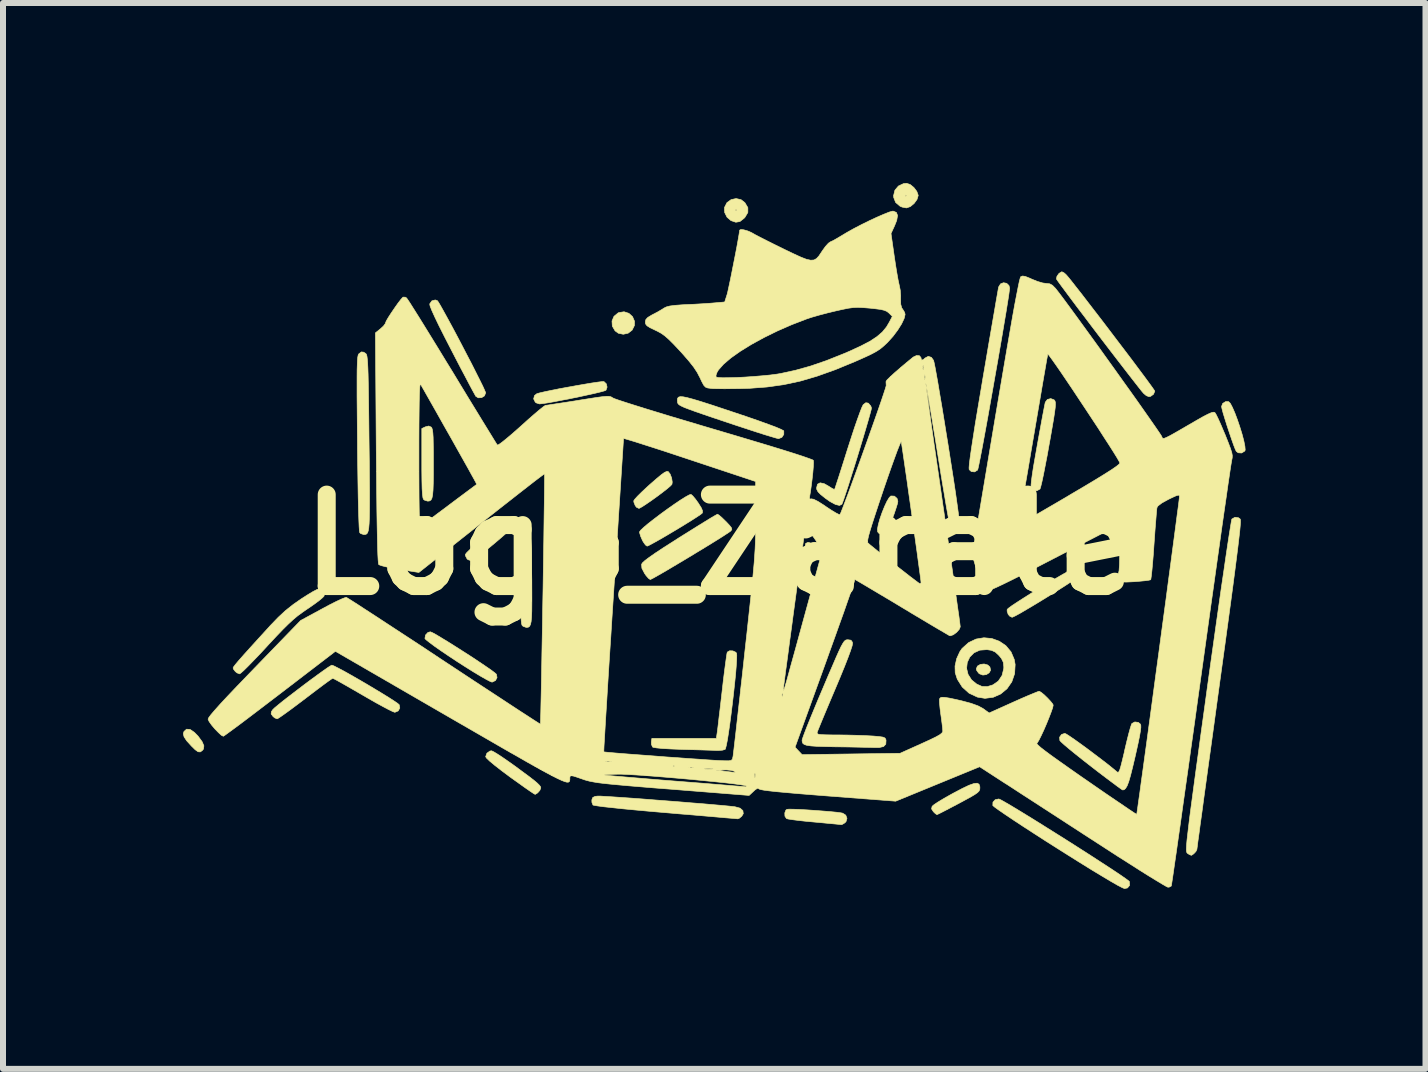
<source format=kicad_pcb>
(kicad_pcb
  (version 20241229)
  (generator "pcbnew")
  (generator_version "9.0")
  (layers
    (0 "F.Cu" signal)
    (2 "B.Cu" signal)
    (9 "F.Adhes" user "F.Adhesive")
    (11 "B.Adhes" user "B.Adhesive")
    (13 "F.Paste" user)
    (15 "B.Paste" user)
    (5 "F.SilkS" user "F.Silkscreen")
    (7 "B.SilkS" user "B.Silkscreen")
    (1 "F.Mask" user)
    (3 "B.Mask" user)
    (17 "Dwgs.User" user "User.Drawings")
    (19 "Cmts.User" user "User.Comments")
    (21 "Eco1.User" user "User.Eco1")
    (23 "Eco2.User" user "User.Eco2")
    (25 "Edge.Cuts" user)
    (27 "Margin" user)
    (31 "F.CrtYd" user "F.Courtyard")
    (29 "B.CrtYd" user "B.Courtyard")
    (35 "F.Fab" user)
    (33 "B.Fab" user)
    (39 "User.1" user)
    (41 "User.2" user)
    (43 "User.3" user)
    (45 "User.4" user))
  (footprint "Logo_Zarate"
    (layer "F.Cu")
    (at 8.963 6.028)
    (property "Reference" "Logo_Zarate" (at 0 0 0) (layer "F.SilkS") (effects (font (size 1.524 1.524) (thickness 0.3))))
    (attr through_hole)
    (fp_poly (pts (xy 4.449 2.005) (xy 4.485 2.038) (xy 4.497 2.091) (xy 4.473 2.135) (xy 4.426 2.165) (xy 4.368 2.173) (xy 4.311 2.152) (xy 4.297 2.14) (xy 4.265 2.096) (xy 4.258 2.07) (xy 4.278 2.023) (xy 4.327 1.995) (xy 4.389 1.988) (xy 4.449 2.005)) (stroke (width 0.01) (type solid)) (fill yes) (layer "F.SilkS"))
    (fp_poly (pts (xy -1.532 -3.856) (xy -1.471 -3.801) (xy -1.438 -3.724) (xy -1.439 -3.654) (xy -1.478 -3.576) (xy -1.544 -3.525) (xy -1.625 -3.507) (xy -1.707 -3.524) (xy -1.762 -3.564) (xy -1.808 -3.643) (xy -1.813 -3.728) (xy -1.78 -3.806) (xy -1.711 -3.863) (xy -1.699 -3.868) (xy -1.612 -3.882) (xy -1.532 -3.856)) (stroke (width 0.01) (type solid)) (fill yes) (layer "F.SilkS"))
    (fp_poly (pts (xy -8.845 3.079) (xy -8.773 3.128) (xy -8.712 3.191) (xy -8.645 3.282) (xy -8.615 3.352) (xy -8.622 3.406) (xy -8.641 3.43) (xy -8.675 3.454) (xy -8.712 3.451) (xy -8.76 3.417) (xy -8.822 3.356) (xy -8.901 3.269) (xy -8.945 3.203) (xy -8.958 3.152) (xy -8.947 3.114) (xy -8.904 3.075) (xy -8.845 3.079)) (stroke (width 0.01) (type solid)) (fill yes) (layer "F.SilkS"))
    (fp_poly (pts (xy 2.894 -0.809) (xy 2.938 -0.771) (xy 2.951 -0.723) (xy 2.943 -0.679) (xy 2.92 -0.605) (xy 2.889 -0.513) (xy 2.852 -0.414) (xy 2.815 -0.321) (xy 2.781 -0.245) (xy 2.756 -0.197) (xy 2.748 -0.188) (xy 2.687 -0.17) (xy 2.632 -0.192) (xy 2.614 -0.215) (xy 2.611 -0.259) (xy 2.625 -0.334) (xy 2.652 -0.43) (xy 2.688 -0.534) (xy 2.729 -0.636) (xy 2.77 -0.724) (xy 2.808 -0.786) (xy 2.835 -0.812) (xy 2.894 -0.809)) (stroke (width 0.01) (type solid)) (fill yes) (layer "F.SilkS"))
    (fp_poly (pts (xy 0.338 -5.75) (xy 0.402 -5.7) (xy 0.451 -5.617) (xy 0.451 -5.537) (xy 0.403 -5.456) (xy 0.389 -5.441) (xy 0.319 -5.386) (xy 0.251 -5.374) (xy 0.171 -5.401) (xy 0.169 -5.402) (xy 0.104 -5.458) (xy 0.065 -5.536) (xy 0.063 -5.576) (xy 0.242 -5.576) (xy 0.254 -5.564) (xy 0.266 -5.576) (xy 0.254 -5.588) (xy 0.242 -5.576) (xy 0.063 -5.576) (xy 0.061 -5.618) (xy 0.062 -5.621) (xy 0.103 -5.701) (xy 0.172 -5.751) (xy 0.255 -5.769) (xy 0.338 -5.75)) (stroke (width 0.01) (type solid)) (fill yes) (layer "F.SilkS"))
    (fp_poly (pts (xy 3.156 -6.003) (xy 3.218 -5.953) (xy 3.267 -5.888) (xy 3.29 -5.824) (xy 3.29 -5.818) (xy 3.27 -5.753) (xy 3.222 -5.687) (xy 3.159 -5.635) (xy 3.096 -5.613) (xy 3.092 -5.613) (xy 3.024 -5.626) (xy 2.988 -5.641) (xy 2.914 -5.704) (xy 2.882 -5.787) (xy 2.88 -5.818) (xy 3.072 -5.818) (xy 3.084 -5.806) (xy 3.096 -5.818) (xy 3.084 -5.83) (xy 3.072 -5.818) (xy 2.88 -5.818) (xy 2.902 -5.908) (xy 2.961 -5.978) (xy 3.046 -6.018) (xy 3.097 -6.023) (xy 3.156 -6.003)) (stroke (width 0.01) (type solid)) (fill yes) (layer "F.SilkS"))
    (fp_poly (pts (xy 8.464 -2.384) (xy 8.492 -2.355) (xy 8.527 -2.289) (xy 8.568 -2.195) (xy 8.61 -2.083) (xy 8.651 -1.962) (xy 8.688 -1.842) (xy 8.717 -1.732) (xy 8.735 -1.642) (xy 8.74 -1.581) (xy 8.735 -1.562) (xy 8.681 -1.528) (xy 8.623 -1.532) (xy 8.591 -1.556) (xy 8.575 -1.59) (xy 8.548 -1.659) (xy 8.514 -1.755) (xy 8.476 -1.867) (xy 8.437 -1.984) (xy 8.402 -2.096) (xy 8.372 -2.194) (xy 8.353 -2.267) (xy 8.346 -2.304) (xy 8.366 -2.355) (xy 8.415 -2.385) (xy 8.464 -2.384)) (stroke (width 0.01) (type solid)) (fill yes) (layer "F.SilkS"))
    (fp_poly (pts (xy -4.827 -1.96) (xy -4.815 -1.944) (xy -4.806 -1.913) (xy -4.799 -1.863) (xy -4.794 -1.788) (xy -4.792 -1.681) (xy -4.79 -1.537) (xy -4.79 -1.357) (xy -4.79 -1.165) (xy -4.792 -1.017) (xy -4.796 -0.906) (xy -4.803 -0.828) (xy -4.814 -0.776) (xy -4.83 -0.745) (xy -4.852 -0.73) (xy -4.879 -0.726) (xy -4.886 -0.726) (xy -4.937 -0.742) (xy -4.954 -0.755) (xy -4.964 -0.781) (xy -4.972 -0.84) (xy -4.978 -0.934) (xy -4.981 -1.068) (xy -4.983 -1.245) (xy -4.983 -1.36) (xy -4.983 -1.936) (xy -4.923 -1.964) (xy -4.868 -1.978) (xy -4.827 -1.96)) (stroke (width 0.01) (type solid)) (fill yes) (layer "F.SilkS"))
    (fp_poly (pts (xy -0.879 -1.22) (xy -0.875 -1.217) (xy -0.844 -1.177) (xy -0.819 -1.111) (xy -0.809 -1.044) (xy -0.814 -1.006) (xy -0.839 -0.979) (xy -0.894 -0.932) (xy -0.971 -0.872) (xy -1.059 -0.806) (xy -1.152 -0.739) (xy -1.238 -0.68) (xy -1.308 -0.634) (xy -1.355 -0.608) (xy -1.365 -0.605) (xy -1.405 -0.624) (xy -1.426 -0.652) (xy -1.447 -0.704) (xy -1.451 -0.73) (xy -1.434 -0.757) (xy -1.387 -0.809) (xy -1.316 -0.879) (xy -1.227 -0.962) (xy -1.183 -1.002) (xy -1.074 -1.097) (xy -0.995 -1.163) (xy -0.94 -1.203) (xy -0.903 -1.22) (xy -0.879 -1.22)) (stroke (width 0.01) (type solid)) (fill yes) (layer "F.SilkS"))
    (fp_poly (pts (xy -3.464 -0.446) (xy -3.423 -0.405) (xy -3.411 -0.361) (xy -3.429 -0.333) (xy -3.478 -0.282) (xy -3.552 -0.213) (xy -3.643 -0.132) (xy -3.744 -0.046) (xy -3.848 0.041) (xy -3.948 0.12) (xy -4.037 0.188) (xy -4.108 0.238) (xy -4.153 0.264) (xy -4.162 0.266) (xy -4.212 0.25) (xy -4.228 0.237) (xy -4.254 0.188) (xy -4.258 0.166) (xy -4.24 0.139) (xy -4.19 0.089) (xy -4.117 0.021) (xy -4.027 -0.059) (xy -3.927 -0.144) (xy -3.824 -0.23) (xy -3.725 -0.31) (xy -3.637 -0.377) (xy -3.568 -0.427) (xy -3.524 -0.453) (xy -3.518 -0.456) (xy -3.464 -0.446)) (stroke (width 0.01) (type solid)) (fill yes) (layer "F.SilkS"))
    (fp_poly (pts (xy 4.304 3.992) (xy 4.317 4.031) (xy 4.318 4.052) (xy 4.316 4.08) (xy 4.305 4.105) (xy 4.279 4.132) (xy 4.232 4.165) (xy 4.159 4.208) (xy 4.052 4.266) (xy 3.967 4.312) (xy 3.849 4.374) (xy 3.746 4.428) (xy 3.666 4.469) (xy 3.615 4.494) (xy 3.602 4.499) (xy 3.577 4.483) (xy 3.543 4.45) (xy 3.513 4.403) (xy 3.522 4.362) (xy 3.523 4.359) (xy 3.553 4.334) (xy 3.617 4.291) (xy 3.708 4.236) (xy 3.817 4.174) (xy 3.873 4.143) (xy 4.023 4.064) (xy 4.136 4.01) (xy 4.218 3.981) (xy 4.273 3.975) (xy 4.304 3.992)) (stroke (width 0.01) (type solid)) (fill yes) (layer "F.SilkS"))
    (fp_poly (pts (xy -3.79 3.449) (xy -3.726 3.487) (xy -3.639 3.544) (xy -3.534 3.617) (xy -3.445 3.68) (xy -3.3 3.787) (xy -3.189 3.869) (xy -3.108 3.932) (xy -3.054 3.978) (xy -3.021 4.011) (xy -3.004 4.035) (xy -3 4.054) (xy -3.016 4.095) (xy -3.053 4.137) (xy -3.09 4.16) (xy -3.095 4.161) (xy -3.12 4.147) (xy -3.177 4.109) (xy -3.261 4.051) (xy -3.366 3.976) (xy -3.485 3.891) (xy -3.517 3.868) (xy -3.656 3.764) (xy -3.769 3.676) (xy -3.853 3.606) (xy -3.904 3.557) (xy -3.919 3.534) (xy -3.898 3.475) (xy -3.847 3.439) (xy -3.821 3.435) (xy -3.79 3.449)) (stroke (width 0.01) (type solid)) (fill yes) (layer "F.SilkS"))
    (fp_poly (pts (xy 1.212 4.409) (xy 1.315 4.413) (xy 1.438 4.42) (xy 1.57 4.429) (xy 1.702 4.439) (xy 1.825 4.449) (xy 1.928 4.459) (xy 2.003 4.469) (xy 2.032 4.475) (xy 2.083 4.508) (xy 2.103 4.561) (xy 2.087 4.616) (xy 2.066 4.637) (xy 2.026 4.661) (xy 2.009 4.666) (xy 1.982 4.663) (xy 1.914 4.656) (xy 1.814 4.647) (xy 1.69 4.635) (xy 1.56 4.623) (xy 1.419 4.61) (xy 1.293 4.596) (xy 1.191 4.583) (xy 1.122 4.572) (xy 1.095 4.564) (xy 1.069 4.525) (xy 1.067 4.47) (xy 1.085 4.424) (xy 1.103 4.411) (xy 1.138 4.408) (xy 1.212 4.409)) (stroke (width 0.01) (type solid)) (fill yes) (layer "F.SilkS"))
    (fp_poly (pts (xy -1.908 -2.681) (xy -1.895 -2.626) (xy -1.913 -2.576) (xy -1.915 -2.574) (xy -1.945 -2.562) (xy -2.015 -2.543) (xy -2.115 -2.519) (xy -2.238 -2.492) (xy -2.375 -2.462) (xy -2.518 -2.433) (xy -2.658 -2.406) (xy -2.788 -2.381) (xy -2.897 -2.362) (xy -2.98 -2.35) (xy -3.022 -2.346) (xy -3.075 -2.363) (xy -3.092 -2.376) (xy -3.119 -2.43) (xy -3.105 -2.485) (xy -3.066 -2.516) (xy -3.021 -2.529) (xy -2.94 -2.548) (xy -2.83 -2.571) (xy -2.701 -2.597) (xy -2.56 -2.623) (xy -2.416 -2.649) (xy -2.278 -2.673) (xy -2.154 -2.694) (xy -2.052 -2.709) (xy -1.98 -2.718) (xy -1.947 -2.718) (xy -1.908 -2.681)) (stroke (width 0.01) (type solid)) (fill yes) (layer "F.SilkS"))
    (fp_poly (pts (xy -4.809 1.465) (xy -4.744 1.5) (xy -4.653 1.555) (xy -4.541 1.623) (xy -4.417 1.701) (xy -4.285 1.785) (xy -4.154 1.869) (xy -4.031 1.951) (xy -3.921 2.025) (xy -3.831 2.087) (xy -3.768 2.134) (xy -3.74 2.159) (xy -3.74 2.16) (xy -3.729 2.214) (xy -3.755 2.264) (xy -3.809 2.29) (xy -3.812 2.291) (xy -3.844 2.279) (xy -3.911 2.244) (xy -4.006 2.19) (xy -4.124 2.119) (xy -4.258 2.035) (xy -4.391 1.95) (xy -4.536 1.854) (xy -4.666 1.766) (xy -4.776 1.689) (xy -4.86 1.626) (xy -4.914 1.583) (xy -4.931 1.563) (xy -4.921 1.506) (xy -4.881 1.463) (xy -4.841 1.452) (xy -4.809 1.465)) (stroke (width 0.01) (type solid)) (fill yes) (layer "F.SilkS"))
    (fp_poly (pts (xy 5.993 0.397) (xy 6.019 0.449) (xy 6.017 0.489) (xy 5.993 0.512) (xy 5.934 0.554) (xy 5.847 0.613) (xy 5.737 0.685) (xy 5.613 0.764) (xy 5.479 0.848) (xy 5.344 0.931) (xy 5.212 1.011) (xy 5.092 1.082) (xy 4.99 1.142) (xy 4.911 1.185) (xy 4.864 1.207) (xy 4.854 1.21) (xy 4.814 1.19) (xy 4.789 1.159) (xy 4.772 1.107) (xy 4.774 1.078) (xy 4.798 1.056) (xy 4.857 1.013) (xy 4.945 0.955) (xy 5.054 0.885) (xy 5.179 0.806) (xy 5.313 0.724) (xy 5.45 0.642) (xy 5.581 0.563) (xy 5.702 0.493) (xy 5.806 0.435) (xy 5.885 0.392) (xy 5.933 0.37) (xy 5.944 0.368) (xy 5.993 0.397)) (stroke (width 0.01) (type solid)) (fill yes) (layer "F.SilkS"))
    (fp_poly (pts (xy -4.725 -4.068) (xy -4.706 -4.043) (xy -4.669 -3.98) (xy -4.617 -3.887) (xy -4.552 -3.769) (xy -4.477 -3.631) (xy -4.397 -3.481) (xy -4.314 -3.323) (xy -4.232 -3.165) (xy -4.152 -3.012) (xy -4.08 -2.869) (xy -4.017 -2.744) (xy -3.967 -2.643) (xy -3.934 -2.57) (xy -3.919 -2.533) (xy -3.919 -2.53) (xy -3.939 -2.48) (xy -3.986 -2.451) (xy -4.042 -2.448) (xy -4.083 -2.473) (xy -4.099 -2.502) (xy -4.135 -2.567) (xy -4.188 -2.666) (xy -4.254 -2.792) (xy -4.332 -2.939) (xy -4.418 -3.104) (xy -4.486 -3.236) (xy -4.604 -3.465) (xy -4.699 -3.654) (xy -4.77 -3.802) (xy -4.819 -3.911) (xy -4.846 -3.981) (xy -4.851 -4.013) (xy -4.815 -4.064) (xy -4.759 -4.079) (xy -4.725 -4.068)) (stroke (width 0.01) (type solid)) (fill yes) (layer "F.SilkS"))
    (fp_poly (pts (xy -0.466 -0.812) (xy -0.42 -0.757) (xy -0.373 -0.691) (xy -0.325 -0.614) (xy -0.304 -0.564) (xy -0.306 -0.532) (xy -0.312 -0.523) (xy -0.342 -0.5) (xy -0.405 -0.458) (xy -0.494 -0.401) (xy -0.601 -0.335) (xy -0.719 -0.263) (xy -0.84 -0.191) (xy -0.957 -0.122) (xy -1.062 -0.062) (xy -1.147 -0.015) (xy -1.206 0.016) (xy -1.228 0.024) (xy -1.256 0.004) (xy -1.291 -0.045) (xy -1.306 -0.072) (xy -1.336 -0.141) (xy -1.353 -0.199) (xy -1.355 -0.212) (xy -1.336 -0.24) (xy -1.284 -0.289) (xy -1.206 -0.355) (xy -1.108 -0.431) (xy -1 -0.513) (xy -0.886 -0.596) (xy -0.775 -0.674) (xy -0.673 -0.743) (xy -0.588 -0.796) (xy -0.526 -0.83) (xy -0.496 -0.838) (xy -0.466 -0.812)) (stroke (width 0.01) (type solid)) (fill yes) (layer "F.SilkS"))
    (fp_poly (pts (xy 5.553 -2.415) (xy 5.559 -2.41) (xy 5.57 -2.395) (xy 5.576 -2.373) (xy 5.577 -2.338) (xy 5.574 -2.285) (xy 5.564 -2.208) (xy 5.548 -2.102) (xy 5.524 -1.962) (xy 5.493 -1.782) (xy 5.472 -1.667) (xy 5.44 -1.487) (xy 5.408 -1.322) (xy 5.38 -1.178) (xy 5.355 -1.06) (xy 5.335 -0.977) (xy 5.322 -0.933) (xy 5.32 -0.928) (xy 5.267 -0.898) (xy 5.208 -0.906) (xy 5.178 -0.929) (xy 5.172 -0.95) (xy 5.171 -0.992) (xy 5.177 -1.06) (xy 5.19 -1.157) (xy 5.21 -1.29) (xy 5.24 -1.461) (xy 5.273 -1.649) (xy 5.305 -1.827) (xy 5.335 -1.99) (xy 5.361 -2.133) (xy 5.383 -2.248) (xy 5.399 -2.33) (xy 5.408 -2.373) (xy 5.409 -2.375) (xy 5.443 -2.42) (xy 5.499 -2.435) (xy 5.553 -2.415)) (stroke (width 0.01) (type solid)) (fill yes) (layer "F.SilkS"))
    (fp_poly (pts (xy -3.199 -0.179) (xy -3.187 -0.168) (xy -3.177 -0.148) (xy -3.17 -0.114) (xy -3.164 -0.061) (xy -3.16 0.016) (xy -3.156 0.123) (xy -3.154 0.264) (xy -3.152 0.445) (xy -3.15 0.58) (xy -3.149 0.798) (xy -3.149 0.972) (xy -3.15 1.108) (xy -3.154 1.209) (xy -3.161 1.282) (xy -3.172 1.33) (xy -3.186 1.359) (xy -3.205 1.374) (xy -3.23 1.379) (xy -3.242 1.379) (xy -3.293 1.361) (xy -3.311 1.346) (xy -3.32 1.318) (xy -3.327 1.255) (xy -3.331 1.154) (xy -3.333 1.014) (xy -3.334 0.831) (xy -3.333 0.602) (xy -3.333 0.58) (xy -3.331 0.372) (xy -3.328 0.206) (xy -3.326 0.078) (xy -3.322 -0.017) (xy -3.317 -0.084) (xy -3.311 -0.129) (xy -3.302 -0.157) (xy -3.292 -0.173) (xy -3.284 -0.179) (xy -3.232 -0.192) (xy -3.199 -0.179)) (stroke (width 0.01) (type solid)) (fill yes) (layer "F.SilkS"))
    (fp_poly (pts (xy -0.63 -2.465) (xy -0.56 -2.451) (xy -0.463 -2.425) (xy -0.336 -2.387) (xy -0.173 -2.335) (xy 0.029 -2.268) (xy 0.191 -2.214) (xy 0.427 -2.135) (xy 0.629 -2.065) (xy 0.795 -2.005) (xy 0.921 -1.958) (xy 1.005 -1.922) (xy 1.046 -1.9) (xy 1.05 -1.896) (xy 1.05 -1.838) (xy 1.018 -1.789) (xy 0.965 -1.768) (xy 0.961 -1.768) (xy 0.926 -1.776) (xy 0.851 -1.798) (xy 0.741 -1.831) (xy 0.603 -1.875) (xy 0.441 -1.928) (xy 0.261 -1.987) (xy 0.097 -2.042) (xy -0.118 -2.114) (xy -0.291 -2.173) (xy -0.427 -2.22) (xy -0.531 -2.258) (xy -0.607 -2.287) (xy -0.659 -2.311) (xy -0.692 -2.33) (xy -0.71 -2.347) (xy -0.719 -2.363) (xy -0.721 -2.375) (xy -0.724 -2.411) (xy -0.72 -2.439) (xy -0.706 -2.458) (xy -0.678 -2.467) (xy -0.63 -2.465)) (stroke (width 0.01) (type solid)) (fill yes) (layer "F.SilkS"))
    (fp_poly (pts (xy -0.029 -0.492) (xy 0.02 -0.45) (xy 0.081 -0.39) (xy 0.085 -0.387) (xy 0.146 -0.322) (xy 0.178 -0.281) (xy 0.184 -0.254) (xy 0.169 -0.231) (xy 0.167 -0.229) (xy 0.136 -0.206) (xy 0.07 -0.163) (xy -0.023 -0.103) (xy -0.139 -0.031) (xy -0.271 0.05) (xy -0.413 0.136) (xy -0.558 0.224) (xy -0.702 0.31) (xy -0.837 0.39) (xy -0.957 0.461) (xy -1.057 0.518) (xy -1.13 0.559) (xy -1.17 0.579) (xy -1.175 0.581) (xy -1.204 0.562) (xy -1.245 0.515) (xy -1.269 0.481) (xy -1.315 0.393) (xy -1.32 0.326) (xy -1.304 0.301) (xy -1.261 0.262) (xy -1.19 0.209) (xy -1.087 0.137) (xy -0.949 0.046) (xy -0.773 -0.066) (xy -0.691 -0.119) (xy -0.535 -0.216) (xy -0.393 -0.305) (xy -0.27 -0.381) (xy -0.169 -0.443) (xy -0.097 -0.485) (xy -0.059 -0.506) (xy -0.055 -0.508) (xy -0.029 -0.492)) (stroke (width 0.01) (type solid)) (fill yes) (layer "F.SilkS"))
    (fp_poly (pts (xy 4.634 4.238) (xy 4.666 4.252) (xy 4.734 4.29) (xy 4.832 4.347) (xy 4.956 4.422) (xy 5.102 4.511) (xy 5.264 4.611) (xy 5.438 4.72) (xy 5.62 4.834) (xy 5.804 4.95) (xy 5.986 5.066) (xy 6.161 5.178) (xy 6.324 5.284) (xy 6.472 5.38) (xy 6.598 5.463) (xy 6.699 5.532) (xy 6.77 5.582) (xy 6.806 5.61) (xy 6.81 5.615) (xy 6.813 5.679) (xy 6.778 5.721) (xy 6.728 5.731) (xy 6.693 5.717) (xy 6.619 5.679) (xy 6.509 5.616) (xy 6.365 5.53) (xy 6.189 5.424) (xy 5.984 5.297) (xy 5.751 5.151) (xy 5.607 5.06) (xy 5.402 4.93) (xy 5.21 4.806) (xy 5.034 4.692) (xy 4.879 4.59) (xy 4.748 4.502) (xy 4.644 4.431) (xy 4.573 4.38) (xy 4.537 4.351) (xy 4.534 4.347) (xy 4.536 4.291) (xy 4.574 4.25) (xy 4.633 4.238) (xy 4.634 4.238)) (stroke (width 0.01) (type solid)) (fill yes) (layer "F.SilkS"))
    (fp_poly (pts (xy -6.634 0.76) (xy -6.608 0.814) (xy -6.611 0.855) (xy -6.636 0.882) (xy -6.693 0.93) (xy -6.775 0.991) (xy -6.873 1.059) (xy -6.887 1.068) (xy -6.975 1.129) (xy -7.054 1.187) (xy -7.129 1.25) (xy -7.209 1.324) (xy -7.3 1.414) (xy -7.408 1.527) (xy -7.54 1.668) (xy -7.567 1.698) (xy -7.682 1.822) (xy -7.788 1.932) (xy -7.879 2.026) (xy -7.951 2.097) (xy -8 2.14) (xy -8.019 2.153) (xy -8.062 2.137) (xy -8.09 2.115) (xy -8.121 2.075) (xy -8.128 2.054) (xy -8.118 2.034) (xy -8.086 1.992) (xy -8.03 1.926) (xy -7.948 1.833) (xy -7.839 1.712) (xy -7.701 1.56) (xy -7.532 1.375) (xy -7.508 1.348) (xy -7.375 1.21) (xy -7.253 1.097) (xy -7.124 0.995) (xy -6.995 0.905) (xy -6.892 0.839) (xy -6.801 0.784) (xy -6.73 0.747) (xy -6.688 0.73) (xy -6.684 0.73) (xy -6.634 0.76)) (stroke (width 0.01) (type solid)) (fill yes) (layer "F.SilkS"))
    (fp_poly (pts (xy -2.012 4.19) (xy -1.931 4.195) (xy -1.813 4.202) (xy -1.666 4.212) (xy -1.494 4.224) (xy -1.305 4.238) (xy -1.103 4.254) (xy -0.895 4.27) (xy -0.688 4.286) (xy -0.486 4.303) (xy -0.297 4.318) (xy -0.125 4.333) (xy 0.022 4.346) (xy 0.139 4.357) (xy 0.219 4.366) (xy 0.236 4.368) (xy 0.321 4.391) (xy 0.368 4.432) (xy 0.375 4.483) (xy 0.349 4.526) (xy 0.308 4.56) (xy 0.28 4.569) (xy 0.252 4.566) (xy 0.18 4.56) (xy 0.069 4.551) (xy -0.076 4.538) (xy -0.25 4.523) (xy -0.448 4.506) (xy -0.667 4.488) (xy -0.9 4.468) (xy -0.924 4.466) (xy -1.191 4.443) (xy -1.432 4.421) (xy -1.642 4.401) (xy -1.819 4.382) (xy -1.959 4.367) (xy -2.06 4.353) (xy -2.117 4.343) (xy -2.13 4.339) (xy -2.148 4.295) (xy -2.149 4.254) (xy -2.134 4.214) (xy -2.095 4.195) (xy -2.051 4.19) (xy -2.012 4.19)) (stroke (width 0.01) (type solid)) (fill yes) (layer "F.SilkS"))
    (fp_poly (pts (xy 5.719 -4.532) (xy 5.751 -4.505) (xy 5.782 -4.47) (xy 5.837 -4.403) (xy 5.912 -4.307) (xy 6.005 -4.189) (xy 6.111 -4.051) (xy 6.228 -3.899) (xy 6.353 -3.737) (xy 6.48 -3.57) (xy 6.608 -3.401) (xy 6.733 -3.237) (xy 6.852 -3.08) (xy 6.96 -2.935) (xy 7.055 -2.808) (xy 7.133 -2.702) (xy 7.191 -2.622) (xy 7.225 -2.573) (xy 7.233 -2.558) (xy 7.212 -2.507) (xy 7.163 -2.472) (xy 7.136 -2.467) (xy 7.092 -2.484) (xy 7.047 -2.522) (xy 7.013 -2.562) (xy 6.956 -2.634) (xy 6.878 -2.734) (xy 6.783 -2.856) (xy 6.675 -2.996) (xy 6.557 -3.149) (xy 6.432 -3.312) (xy 6.305 -3.478) (xy 6.178 -3.645) (xy 6.056 -3.807) (xy 5.94 -3.959) (xy 5.836 -4.098) (xy 5.746 -4.219) (xy 5.674 -4.316) (xy 5.623 -4.386) (xy 5.597 -4.424) (xy 5.594 -4.429) (xy 5.603 -4.474) (xy 5.637 -4.521) (xy 5.679 -4.547) (xy 5.686 -4.548) (xy 5.719 -4.532)) (stroke (width 0.01) (type solid)) (fill yes) (layer "F.SilkS"))
    (fp_poly (pts (xy 4.765 -4.356) (xy 4.803 -4.319) (xy 4.814 -4.275) (xy 4.809 -4.233) (xy 4.798 -4.15) (xy 4.779 -4.031) (xy 4.755 -3.881) (xy 4.725 -3.704) (xy 4.692 -3.506) (xy 4.655 -3.291) (xy 4.616 -3.065) (xy 4.575 -2.833) (xy 4.534 -2.599) (xy 4.493 -2.368) (xy 4.454 -2.146) (xy 4.416 -1.937) (xy 4.381 -1.747) (xy 4.35 -1.58) (xy 4.323 -1.441) (xy 4.302 -1.336) (xy 4.287 -1.268) (xy 4.28 -1.244) (xy 4.23 -1.213) (xy 4.175 -1.219) (xy 4.14 -1.252) (xy 4.138 -1.281) (xy 4.143 -1.348) (xy 4.156 -1.453) (xy 4.177 -1.599) (xy 4.206 -1.787) (xy 4.242 -2.018) (xy 4.288 -2.293) (xy 4.342 -2.614) (xy 4.368 -2.77) (xy 4.413 -3.032) (xy 4.455 -3.281) (xy 4.495 -3.513) (xy 4.531 -3.722) (xy 4.563 -3.906) (xy 4.589 -4.06) (xy 4.61 -4.179) (xy 4.624 -4.259) (xy 4.631 -4.296) (xy 4.632 -4.297) (xy 4.663 -4.347) (xy 4.712 -4.366) (xy 4.765 -4.356)) (stroke (width 0.01) (type solid)) (fill yes) (layer "F.SilkS"))
    (fp_poly (pts (xy 0.201 1.77) (xy 0.249 1.792) (xy 0.262 1.808) (xy 0.266 1.845) (xy 0.264 1.922) (xy 0.257 2.032) (xy 0.246 2.168) (xy 0.23 2.322) (xy 0.212 2.489) (xy 0.192 2.66) (xy 0.171 2.83) (xy 0.15 2.99) (xy 0.129 3.134) (xy 0.11 3.256) (xy 0.092 3.347) (xy 0.078 3.401) (xy 0.072 3.412) (xy 0.027 3.425) (xy -0.044 3.43) (xy -0.073 3.43) (xy -0.131 3.427) (xy -0.229 3.424) (xy -0.354 3.42) (xy -0.499 3.416) (xy -0.646 3.412) (xy -0.828 3.405) (xy -0.971 3.397) (xy -1.071 3.387) (xy -1.128 3.377) (xy -1.138 3.371) (xy -1.156 3.328) (xy -1.157 3.287) (xy -1.149 3.229) (xy -0.074 3.229) (xy -0.06 3.133) (xy -0.053 3.082) (xy -0.042 2.991) (xy -0.028 2.868) (xy -0.01 2.72) (xy 0.009 2.556) (xy 0.024 2.425) (xy 0.043 2.258) (xy 0.062 2.106) (xy 0.079 1.977) (xy 0.093 1.877) (xy 0.103 1.812) (xy 0.109 1.79) (xy 0.147 1.768) (xy 0.201 1.77)) (stroke (width 0.01) (type solid)) (fill yes) (layer "F.SilkS"))
    (fp_poly (pts (xy 2.455 -2.36) (xy 2.462 -2.356) (xy 2.5 -2.311) (xy 2.511 -2.279) (xy 2.506 -2.248) (xy 2.487 -2.177) (xy 2.458 -2.074) (xy 2.42 -1.944) (xy 2.376 -1.795) (xy 2.327 -1.633) (xy 2.276 -1.465) (xy 2.224 -1.297) (xy 2.173 -1.137) (xy 2.127 -0.99) (xy 2.085 -0.863) (xy 2.052 -0.764) (xy 2.028 -0.698) (xy 2.018 -0.674) (xy 1.979 -0.654) (xy 1.912 -0.67) (xy 1.819 -0.72) (xy 1.748 -0.77) (xy 1.667 -0.834) (xy 1.62 -0.882) (xy 1.599 -0.923) (xy 1.597 -0.948) (xy 1.612 -1.008) (xy 1.656 -1.031) (xy 1.723 -1.017) (xy 1.792 -0.978) (xy 1.849 -0.942) (xy 1.888 -0.922) (xy 1.896 -0.922) (xy 1.906 -0.946) (xy 1.927 -1.011) (xy 1.96 -1.111) (xy 2.001 -1.239) (xy 2.049 -1.39) (xy 2.102 -1.559) (xy 2.118 -1.609) (xy 2.174 -1.783) (xy 2.227 -1.945) (xy 2.276 -2.086) (xy 2.318 -2.202) (xy 2.35 -2.285) (xy 2.372 -2.33) (xy 2.375 -2.334) (xy 2.417 -2.366) (xy 2.455 -2.36)) (stroke (width 0.01) (type solid)) (fill yes) (layer "F.SilkS"))
    (fp_poly (pts (xy 4.518 1.564) (xy 4.642 1.609) (xy 4.751 1.683) (xy 4.837 1.786) (xy 4.891 1.913) (xy 4.906 1.998) (xy 4.897 2.15) (xy 4.85 2.286) (xy 4.771 2.4) (xy 4.665 2.488) (xy 4.541 2.543) (xy 4.403 2.561) (xy 4.276 2.54) (xy 4.138 2.475) (xy 4.024 2.372) (xy 3.942 2.242) (xy 3.907 2.134) (xy 3.905 2.061) (xy 4.097 2.061) (xy 4.121 2.161) (xy 4.18 2.254) (xy 4.265 2.323) (xy 4.354 2.363) (xy 4.443 2.365) (xy 4.536 2.336) (xy 4.625 2.274) (xy 4.688 2.179) (xy 4.716 2.064) (xy 4.717 2.038) (xy 4.709 1.961) (xy 4.678 1.897) (xy 4.637 1.847) (xy 4.576 1.79) (xy 4.513 1.761) (xy 4.437 1.749) (xy 4.317 1.758) (xy 4.22 1.802) (xy 4.15 1.873) (xy 4.108 1.962) (xy 4.097 2.061) (xy 3.905 2.061) (xy 3.904 2.023) (xy 3.931 1.9) (xy 3.984 1.784) (xy 4.021 1.73) (xy 4.13 1.632) (xy 4.254 1.573) (xy 4.386 1.551) (xy 4.518 1.564)) (stroke (width 0.01) (type solid)) (fill yes) (layer "F.SilkS"))
    (fp_poly (pts (xy -5.951 -3.208) (xy -5.919 -3.187) (xy -5.91 -3.178) (xy -5.902 -3.161) (xy -5.896 -3.133) (xy -5.891 -3.091) (xy -5.886 -3.031) (xy -5.882 -2.948) (xy -5.878 -2.84) (xy -5.875 -2.703) (xy -5.872 -2.533) (xy -5.869 -2.327) (xy -5.866 -2.08) (xy -5.863 -1.79) (xy -5.862 -1.7) (xy -5.858 -1.391) (xy -5.856 -1.126) (xy -5.854 -0.902) (xy -5.854 -0.717) (xy -5.855 -0.565) (xy -5.857 -0.445) (xy -5.861 -0.352) (xy -5.867 -0.282) (xy -5.875 -0.233) (xy -5.886 -0.201) (xy -5.899 -0.182) (xy -5.915 -0.173) (xy -5.933 -0.17) (xy -5.951 -0.169) (xy -6.001 -0.185) (xy -6.017 -0.2) (xy -6.023 -0.23) (xy -6.028 -0.307) (xy -6.033 -0.427) (xy -6.038 -0.589) (xy -6.043 -0.79) (xy -6.047 -1.027) (xy -6.051 -1.3) (xy -6.055 -1.604) (xy -6.055 -1.687) (xy -6.058 -1.992) (xy -6.06 -2.252) (xy -6.062 -2.471) (xy -6.062 -2.653) (xy -6.062 -2.8) (xy -6.061 -2.917) (xy -6.058 -3.008) (xy -6.055 -3.075) (xy -6.051 -3.122) (xy -6.045 -3.153) (xy -6.039 -3.172) (xy -6.033 -3.18) (xy -5.99 -3.213) (xy -5.951 -3.208)) (stroke (width 0.01) (type solid)) (fill yes) (layer "F.SilkS"))
    (fp_poly (pts (xy 6.959 2.962) (xy 6.991 2.988) (xy 7 3.008) (xy 7.001 3.045) (xy 6.994 3.105) (xy 6.979 3.193) (xy 6.954 3.315) (xy 6.918 3.477) (xy 6.907 3.526) (xy 6.864 3.708) (xy 6.829 3.847) (xy 6.799 3.95) (xy 6.772 4.02) (xy 6.746 4.063) (xy 6.721 4.084) (xy 6.698 4.088) (xy 6.675 4.074) (xy 6.619 4.034) (xy 6.536 3.972) (xy 6.429 3.892) (xy 6.305 3.798) (xy 6.177 3.699) (xy 6.041 3.593) (xy 5.917 3.494) (xy 5.81 3.407) (xy 5.727 3.337) (xy 5.672 3.287) (xy 5.651 3.264) (xy 5.647 3.208) (xy 5.679 3.163) (xy 5.734 3.145) (xy 5.763 3.159) (xy 5.823 3.198) (xy 5.907 3.256) (xy 6.009 3.329) (xy 6.122 3.412) (xy 6.239 3.5) (xy 6.354 3.587) (xy 6.46 3.669) (xy 6.549 3.741) (xy 6.605 3.788) (xy 6.62 3.795) (xy 6.633 3.786) (xy 6.649 3.754) (xy 6.667 3.695) (xy 6.691 3.601) (xy 6.723 3.468) (xy 6.734 3.416) (xy 6.766 3.281) (xy 6.796 3.161) (xy 6.822 3.066) (xy 6.842 3.003) (xy 6.851 2.981) (xy 6.901 2.954) (xy 6.959 2.962)) (stroke (width 0.01) (type solid)) (fill yes) (layer "F.SilkS"))
    (fp_poly (pts (xy -6.449 2.02) (xy -6.382 2.054) (xy -6.287 2.104) (xy -6.173 2.168) (xy -6.045 2.241) (xy -5.911 2.319) (xy -5.777 2.399) (xy -5.651 2.475) (xy -5.539 2.544) (xy -5.449 2.602) (xy -5.387 2.644) (xy -5.36 2.667) (xy -5.35 2.722) (xy -5.376 2.77) (xy -5.427 2.792) (xy -5.436 2.793) (xy -5.47 2.78) (xy -5.538 2.747) (xy -5.636 2.695) (xy -5.755 2.63) (xy -5.889 2.553) (xy -5.967 2.508) (xy -6.105 2.428) (xy -6.23 2.356) (xy -6.334 2.297) (xy -6.412 2.254) (xy -6.458 2.23) (xy -6.467 2.226) (xy -6.49 2.24) (xy -6.546 2.279) (xy -6.629 2.34) (xy -6.733 2.418) (xy -6.853 2.509) (xy -6.925 2.564) (xy -7.052 2.66) (xy -7.167 2.746) (xy -7.265 2.817) (xy -7.339 2.869) (xy -7.384 2.898) (xy -7.395 2.902) (xy -7.433 2.887) (xy -7.461 2.865) (xy -7.494 2.821) (xy -7.489 2.782) (xy -7.469 2.752) (xy -7.438 2.721) (xy -7.375 2.669) (xy -7.289 2.599) (xy -7.184 2.518) (xy -7.068 2.429) (xy -6.947 2.337) (xy -6.828 2.248) (xy -6.716 2.166) (xy -6.62 2.097) (xy -6.544 2.044) (xy -6.495 2.014) (xy -6.482 2.008) (xy -6.449 2.02)) (stroke (width 0.01) (type solid)) (fill yes) (layer "F.SilkS"))
    (fp_poly (pts (xy 8.628 -0.449) (xy 8.658 -0.426) (xy 8.661 -0.41) (xy 8.661 -0.373) (xy 8.657 -0.312) (xy 8.649 -0.225) (xy 8.636 -0.111) (xy 8.619 0.033) (xy 8.597 0.209) (xy 8.57 0.419) (xy 8.538 0.665) (xy 8.5 0.949) (xy 8.456 1.274) (xy 8.406 1.641) (xy 8.349 2.052) (xy 8.31 2.335) (xy 8.261 2.693) (xy 8.214 3.037) (xy 8.169 3.365) (xy 8.126 3.674) (xy 8.087 3.959) (xy 8.051 4.22) (xy 8.02 4.452) (xy 7.992 4.652) (xy 7.97 4.818) (xy 7.952 4.946) (xy 7.941 5.033) (xy 7.935 5.077) (xy 7.934 5.082) (xy 7.918 5.114) (xy 7.882 5.152) (xy 7.847 5.176) (xy 7.841 5.177) (xy 7.809 5.164) (xy 7.778 5.144) (xy 7.771 5.137) (xy 7.766 5.127) (xy 7.762 5.11) (xy 7.76 5.085) (xy 7.761 5.047) (xy 7.764 4.995) (xy 7.77 4.926) (xy 7.78 4.838) (xy 7.793 4.727) (xy 7.809 4.592) (xy 7.83 4.429) (xy 7.856 4.236) (xy 7.886 4.011) (xy 7.921 3.751) (xy 7.962 3.453) (xy 8.008 3.114) (xy 8.061 2.732) (xy 8.112 2.358) (xy 8.162 1.998) (xy 8.211 1.651) (xy 8.257 1.321) (xy 8.301 1.01) (xy 8.342 0.721) (xy 8.381 0.458) (xy 8.415 0.222) (xy 8.445 0.019) (xy 8.471 -0.151) (xy 8.492 -0.282) (xy 8.507 -0.374) (xy 8.516 -0.421) (xy 8.519 -0.428) (xy 8.57 -0.457) (xy 8.628 -0.449)) (stroke (width 0.01) (type solid)) (fill yes) (layer "F.SilkS"))
    (fp_poly (pts (xy 2.17 1.592) (xy 2.193 1.624) (xy 2.196 1.646) (xy 2.189 1.686) (xy 2.163 1.766) (xy 2.12 1.883) (xy 2.062 2.031) (xy 1.99 2.207) (xy 1.914 2.388) (xy 1.841 2.56) (xy 1.774 2.719) (xy 1.715 2.86) (xy 1.667 2.976) (xy 1.632 3.062) (xy 1.612 3.111) (xy 1.609 3.119) (xy 1.605 3.138) (xy 1.61 3.151) (xy 1.633 3.161) (xy 1.678 3.166) (xy 1.755 3.169) (xy 1.868 3.171) (xy 1.964 3.171) (xy 2.114 3.173) (xy 2.267 3.177) (xy 2.407 3.182) (xy 2.518 3.188) (xy 2.54 3.189) (xy 2.64 3.198) (xy 2.702 3.207) (xy 2.735 3.221) (xy 2.749 3.241) (xy 2.754 3.261) (xy 2.75 3.325) (xy 2.713 3.364) (xy 2.639 3.381) (xy 2.567 3.381) (xy 2.501 3.379) (xy 2.396 3.377) (xy 2.263 3.374) (xy 2.111 3.371) (xy 1.95 3.369) (xy 1.925 3.369) (xy 1.744 3.365) (xy 1.606 3.361) (xy 1.504 3.354) (xy 1.434 3.344) (xy 1.39 3.329) (xy 1.366 3.309) (xy 1.357 3.281) (xy 1.355 3.257) (xy 1.365 3.223) (xy 1.391 3.151) (xy 1.432 3.044) (xy 1.486 2.91) (xy 1.551 2.752) (xy 1.624 2.576) (xy 1.701 2.395) (xy 1.79 2.184) (xy 1.864 2.013) (xy 1.922 1.878) (xy 1.968 1.775) (xy 2.004 1.699) (xy 2.033 1.647) (xy 2.055 1.614) (xy 2.074 1.595) (xy 2.091 1.587) (xy 2.109 1.585) (xy 2.117 1.584) (xy 2.17 1.592)) (stroke (width 0.01) (type solid)) (fill yes) (layer "F.SilkS"))
    (fp_poly (pts (xy 2.927 -5.537) (xy 2.946 -5.487) (xy 2.932 -5.404) (xy 2.896 -5.314) (xy 2.837 -5.186) (xy 2.894 -4.788) (xy 2.915 -4.649) (xy 2.936 -4.521) (xy 2.955 -4.414) (xy 2.971 -4.339) (xy 2.977 -4.312) (xy 2.991 -4.242) (xy 2.998 -4.15) (xy 2.997 -4.101) (xy 2.999 -4.007) (xy 3.016 -3.946) (xy 3.032 -3.924) (xy 3.063 -3.873) (xy 3.072 -3.838) (xy 3.056 -3.77) (xy 3.013 -3.679) (xy 2.948 -3.576) (xy 2.87 -3.472) (xy 2.785 -3.378) (xy 2.778 -3.37) (xy 2.717 -3.313) (xy 2.661 -3.266) (xy 2.599 -3.225) (xy 2.523 -3.183) (xy 2.423 -3.135) (xy 2.291 -3.076) (xy 2.234 -3.051) (xy 1.906 -2.916) (xy 1.606 -2.809) (xy 1.323 -2.726) (xy 1.048 -2.667) (xy 0.769 -2.628) (xy 0.478 -2.606) (xy 0.339 -2.602) (xy 0.196 -2.6) (xy 0.062 -2.599) (xy -0.052 -2.6) (xy -0.136 -2.602) (xy -0.165 -2.605) (xy -0.219 -2.612) (xy -0.256 -2.627) (xy -0.285 -2.659) (xy -0.317 -2.719) (xy -0.347 -2.783) (xy -0.369 -2.825) (xy -0.08 -2.825) (xy -0.078 -2.794) (xy -0.045 -2.786) (xy 0.027 -2.782) (xy 0.131 -2.783) (xy 0.258 -2.786) (xy 0.399 -2.793) (xy 0.546 -2.803) (xy 0.69 -2.815) (xy 0.824 -2.828) (xy 0.939 -2.843) (xy 0.998 -2.853) (xy 1.246 -2.907) (xy 1.496 -2.977) (xy 1.758 -3.067) (xy 2.044 -3.181) (xy 2.141 -3.222) (xy 2.332 -3.31) (xy 2.484 -3.389) (xy 2.601 -3.466) (xy 2.692 -3.544) (xy 2.762 -3.629) (xy 2.81 -3.711) (xy 2.859 -3.805) (xy 2.802 -3.861) (xy 2.77 -3.887) (xy 2.726 -3.906) (xy 2.663 -3.921) (xy 2.568 -3.933) (xy 2.485 -3.942) (xy 2.374 -3.951) (xy 2.287 -3.955) (xy 2.209 -3.952) (xy 2.126 -3.941) (xy 2.023 -3.92) (xy 1.916 -3.896) (xy 1.779 -3.863) (xy 1.639 -3.826) (xy 1.514 -3.79) (xy 1.427 -3.761) (xy 1.183 -3.667) (xy 0.945 -3.563) (xy 0.719 -3.452) (xy 0.511 -3.338) (xy 0.326 -3.224) (xy 0.169 -3.113) (xy 0.046 -3.008) (xy -0.039 -2.912) (xy -0.061 -2.876) (xy -0.08 -2.825) (xy -0.369 -2.825) (xy -0.393 -2.871) (xy -0.453 -2.962) (xy -0.535 -3.065) (xy -0.644 -3.19) (xy -0.677 -3.226) (xy -0.781 -3.337) (xy -0.863 -3.419) (xy -0.93 -3.478) (xy -0.991 -3.522) (xy -1.055 -3.557) (xy -1.095 -3.576) (xy -1.18 -3.617) (xy -1.23 -3.649) (xy -1.253 -3.679) (xy -1.258 -3.711) (xy -1.249 -3.752) (xy -1.217 -3.787) (xy -1.151 -3.827) (xy -1.132 -3.837) (xy -1.05 -3.88) (xy -0.977 -3.923) (xy -0.945 -3.944) (xy -0.906 -3.963) (xy -0.849 -3.978) (xy -0.764 -3.989) (xy -0.644 -3.998) (xy -0.568 -4.002) (xy -0.432 -4.008) (xy -0.296 -4.016) (xy -0.177 -4.024) (xy -0.094 -4.031) (xy 0.065 -4.045) (xy 0.105 -4.17) (xy 0.117 -4.217) (xy 0.135 -4.301) (xy 0.159 -4.413) (xy 0.185 -4.543) (xy 0.213 -4.684) (xy 0.241 -4.826) (xy 0.267 -4.96) (xy 0.288 -5.077) (xy 0.304 -5.17) (xy 0.313 -5.228) (xy 0.314 -5.242) (xy 0.334 -5.253) (xy 0.383 -5.248) (xy 0.446 -5.23) (xy 0.509 -5.203) (xy 0.527 -5.193) (xy 0.576 -5.165) (xy 0.661 -5.121) (xy 0.773 -5.064) (xy 0.903 -4.999) (xy 1.042 -4.931) (xy 1.051 -4.926) (xy 1.212 -4.849) (xy 1.336 -4.792) (xy 1.429 -4.756) (xy 1.499 -4.741) (xy 1.553 -4.745) (xy 1.596 -4.769) (xy 1.636 -4.813) (xy 1.678 -4.876) (xy 1.693 -4.899) (xy 1.745 -4.971) (xy 1.794 -5.025) (xy 1.826 -5.047) (xy 1.872 -5.068) (xy 1.941 -5.107) (xy 2.003 -5.144) (xy 2.103 -5.204) (xy 2.221 -5.27) (xy 2.35 -5.337) (xy 2.482 -5.402) (xy 2.607 -5.46) (xy 2.718 -5.508) (xy 2.806 -5.543) (xy 2.863 -5.559) (xy 2.875 -5.559) (xy 2.927 -5.537)) (stroke (width 0.01) (type solid)) (fill yes) (layer "F.SilkS"))
    (fp_poly (pts (xy 5.075 -4.471) (xy 5.148 -4.442) (xy 5.185 -4.425) (xy 5.276 -4.388) (xy 5.365 -4.362) (xy 5.423 -4.354) (xy 5.482 -4.348) (xy 5.528 -4.323) (xy 5.58 -4.27) (xy 5.595 -4.251) (xy 5.643 -4.189) (xy 5.713 -4.096) (xy 5.801 -3.977) (xy 5.905 -3.835) (xy 6.022 -3.674) (xy 6.149 -3.499) (xy 6.283 -3.314) (xy 6.42 -3.123) (xy 6.558 -2.931) (xy 6.694 -2.74) (xy 6.826 -2.556) (xy 6.949 -2.383) (xy 7.06 -2.225) (xy 7.158 -2.085) (xy 7.239 -1.969) (xy 7.3 -1.88) (xy 7.338 -1.823) (xy 7.35 -1.801) (xy 7.357 -1.782) (xy 7.369 -1.772) (xy 7.391 -1.773) (xy 7.429 -1.788) (xy 7.489 -1.818) (xy 7.576 -1.867) (xy 7.696 -1.936) (xy 7.785 -1.988) (xy 7.93 -2.072) (xy 8.039 -2.134) (xy 8.118 -2.175) (xy 8.173 -2.199) (xy 8.208 -2.208) (xy 8.229 -2.205) (xy 8.237 -2.199) (xy 8.258 -2.165) (xy 8.292 -2.095) (xy 8.335 -1.999) (xy 8.384 -1.883) (xy 8.406 -1.832) (xy 8.458 -1.701) (xy 8.494 -1.605) (xy 8.516 -1.537) (xy 8.525 -1.488) (xy 8.524 -1.448) (xy 8.516 -1.409) (xy 8.516 -1.409) (xy 8.51 -1.374) (xy 8.497 -1.295) (xy 8.479 -1.173) (xy 8.455 -1.012) (xy 8.427 -0.814) (xy 8.393 -0.581) (xy 8.355 -0.317) (xy 8.314 -0.024) (xy 8.269 0.294) (xy 8.221 0.636) (xy 8.17 0.998) (xy 8.117 1.378) (xy 8.062 1.773) (xy 8.006 2.176) (xy 7.949 2.581) (xy 7.895 2.974) (xy 7.842 3.35) (xy 7.792 3.709) (xy 7.744 4.046) (xy 7.7 4.359) (xy 7.66 4.646) (xy 7.623 4.904) (xy 7.591 5.13) (xy 7.563 5.322) (xy 7.541 5.476) (xy 7.524 5.59) (xy 7.513 5.662) (xy 7.508 5.689) (xy 7.508 5.689) (xy 7.477 5.706) (xy 7.453 5.709) (xy 7.425 5.696) (xy 7.361 5.659) (xy 7.263 5.6) (xy 7.137 5.523) (xy 6.985 5.428) (xy 6.813 5.318) (xy 6.622 5.197) (xy 6.418 5.065) (xy 6.287 4.98) (xy 6.061 4.834) (xy 5.833 4.686) (xy 5.61 4.541) (xy 5.397 4.403) (xy 5.2 4.275) (xy 5.025 4.162) (xy 4.878 4.066) (xy 4.764 3.992) (xy 4.739 3.977) (xy 4.314 3.701) (xy 2.915 4.275) (xy 1.78 4.188) (xy 1.501 4.166) (xy 1.267 4.147) (xy 1.076 4.13) (xy 0.923 4.116) (xy 0.806 4.103) (xy 0.722 4.092) (xy 0.668 4.082) (xy 0.64 4.073) (xy 0.634 4.068) (xy 0.615 4.058) (xy 0.573 4.085) (xy 0.548 4.108) (xy 0.472 4.179) (xy -0.822 4.076) (xy -1.108 4.054) (xy -1.35 4.034) (xy -1.553 4.017) (xy -1.72 4.002) (xy -1.857 3.989) (xy -1.967 3.977) (xy -2.055 3.966) (xy -2.125 3.954) (xy -2.182 3.943) (xy -2.23 3.931) (xy -2.274 3.918) (xy -2.296 3.91) (xy -2.397 3.875) (xy -2.461 3.855) (xy -2.497 3.851) (xy -2.512 3.86) (xy -2.516 3.884) (xy -2.516 3.892) (xy -2.516 3.916) (xy -2.519 3.936) (xy -2.526 3.95) (xy -2.541 3.958) (xy -2.566 3.958) (xy -2.603 3.948) (xy -2.654 3.928) (xy -2.723 3.896) (xy -2.812 3.851) (xy -2.842 3.835) (xy -1.936 3.835) (xy -1.936 3.84) (xy -1.935 3.84) (xy -1.899 3.844) (xy -1.82 3.852) (xy -1.703 3.862) (xy -1.553 3.875) (xy -1.374 3.89) (xy -1.172 3.907) (xy -0.952 3.925) (xy -0.726 3.943) (xy -0.495 3.961) (xy -0.279 3.978) (xy -0.083 3.994) (xy 0.088 4.008) (xy 0.23 4.02) (xy 0.339 4.028) (xy 0.408 4.034) (xy 0.434 4.037) (xy 0.434 4.037) (xy 0.431 4.027) (xy 0.422 4.019) (xy 0.391 4.011) (xy 0.317 3.999) (xy 0.208 3.984) (xy 0.068 3.968) (xy -0.096 3.951) (xy -0.278 3.933) (xy -0.471 3.914) (xy -0.671 3.896) (xy -0.871 3.879) (xy -1.065 3.863) (xy -1.246 3.849) (xy -1.29 3.846) (xy 0.56 3.846) (xy 0.564 3.881) (xy 0.572 3.877) (xy 0.576 3.827) (xy 0.572 3.816) (xy 0.564 3.813) (xy 0.56 3.846) (xy -1.29 3.846) (xy -1.409 3.838) (xy -1.548 3.83) (xy -1.657 3.825) (xy -1.718 3.825) (xy -1.82 3.827) (xy -1.895 3.831) (xy -1.936 3.835) (xy -2.842 3.835) (xy -2.923 3.792) (xy -2.986 3.757) (xy -0.085 3.757) (xy 0.048 3.774) (xy 0.149 3.786) (xy 0.209 3.793) (xy 0.237 3.794) (xy 0.24 3.789) (xy 0.225 3.778) (xy 0.218 3.774) (xy 0.174 3.761) (xy 0.102 3.754) (xy 0.048 3.754) (xy -0.085 3.757) (xy -2.986 3.757) (xy -3.022 3.738) (xy -0.277 3.738) (xy -0.25 3.742) (xy -0.206 3.743) (xy -0.148 3.741) (xy -0.127 3.737) (xy -0.139 3.732) (xy -0.205 3.728) (xy -0.26 3.732) (xy -0.277 3.738) (xy -3.022 3.738) (xy -3.058 3.717) (xy -3.06 3.716) (xy -0.536 3.716) (xy -0.503 3.72) (xy -0.496 3.721) (xy -0.455 3.718) (xy -0.451 3.71) (xy -0.453 3.709) (xy -0.501 3.705) (xy -0.526 3.709) (xy -0.536 3.716) (xy -3.06 3.716) (xy -3.109 3.689) (xy -0.798 3.689) (xy -0.786 3.701) (xy -0.774 3.689) (xy -0.786 3.677) (xy -0.798 3.689) (xy -3.109 3.689) (xy -3.221 3.626) (xy -3.235 3.618) (xy -1.93 3.618) (xy -1.901 3.622) (xy -1.875 3.622) (xy -1.825 3.621) (xy -1.812 3.615) (xy -1.82 3.612) (xy -1.878 3.607) (xy -1.917 3.611) (xy -1.93 3.618) (xy -3.235 3.618) (xy -3.413 3.516) (xy -3.524 3.453) (xy -1.95 3.453) (xy -1.95 3.453) (xy -1.925 3.456) (xy -1.857 3.463) (xy -1.754 3.472) (xy -1.621 3.483) (xy -1.464 3.495) (xy -1.29 3.508) (xy -1.104 3.522) (xy -0.914 3.537) (xy -0.724 3.55) (xy -0.54 3.564) (xy -0.371 3.575) (xy -0.22 3.586) (xy -0.095 3.594) (xy -0.002 3.599) (xy 0.053 3.601) (xy 0.131 3.602) (xy 0.174 3.595) (xy 0.194 3.574) (xy 0.203 3.533) (xy 0.205 3.526) (xy 0.209 3.489) (xy 0.219 3.408) (xy 0.233 3.287) (xy 0.251 3.131) (xy 0.272 2.943) (xy 0.296 2.728) (xy 0.322 2.502) (xy 1.018 2.502) (xy 1.022 2.533) (xy 1.031 2.533) (xy 1.036 2.501) (xy 1.033 2.487) (xy 1.022 2.478) (xy 1.018 2.502) (xy 0.322 2.502) (xy 0.323 2.489) (xy 0.331 2.414) (xy 1.042 2.414) (xy 1.043 2.426) (xy 1.044 2.433) (xy 1.047 2.432) (xy 1.052 2.421) (xy 1.061 2.394) (xy 1.074 2.35) (xy 1.094 2.283) (xy 1.12 2.19) (xy 1.153 2.068) (xy 1.196 1.913) (xy 1.249 1.722) (xy 1.312 1.491) (xy 1.373 1.268) (xy 1.659 0.226) (xy 1.537 0.155) (xy 1.453 0.096) (xy 1.411 0.043) (xy 1.407 0.029) (xy 1.415 -0.021) (xy 1.454 -0.039) (xy 1.518 -0.023) (xy 1.56 -0.000379) (xy 1.612 0.029) (xy 1.642 0.04) (xy 1.645 0.038) (xy 1.633 0.008) (xy 1.601 -0.045) (xy 1.596 -0.053) (xy 2.447 -0.053) (xy 2.45 -0.033) (xy 2.453 -0.029) (xy 2.484 -0.001) (xy 2.546 0.049) (xy 2.629 0.117) (xy 2.729 0.197) (xy 2.839 0.283) (xy 2.951 0.371) (xy 3.059 0.455) (xy 3.156 0.531) (xy 3.237 0.592) (xy 3.293 0.634) (xy 3.319 0.651) (xy 3.32 0.651) (xy 3.338 0.636) (xy 3.338 0.635) (xy 3.335 0.604) (xy 3.326 0.532) (xy 3.311 0.422) (xy 3.292 0.283) (xy 3.27 0.118) (xy 3.244 -0.066) (xy 3.217 -0.263) (xy 3.188 -0.467) (xy 3.159 -0.674) (xy 3.13 -0.877) (xy 3.103 -1.071) (xy 3.077 -1.25) (xy 3.054 -1.408) (xy 3.035 -1.539) (xy 3.02 -1.638) (xy 3.011 -1.7) (xy 3.007 -1.718) (xy 2.997 -1.704) (xy 2.974 -1.649) (xy 2.938 -1.558) (xy 2.893 -1.435) (xy 2.839 -1.285) (xy 2.779 -1.114) (xy 2.714 -0.925) (xy 2.708 -0.907) (xy 2.632 -0.681) (xy 2.571 -0.496) (xy 2.523 -0.348) (xy 2.488 -0.234) (xy 2.464 -0.15) (xy 2.451 -0.091) (xy 2.447 -0.053) (xy 1.596 -0.053) (xy 1.557 -0.11) (xy 1.509 -0.177) (xy 1.464 -0.236) (xy 1.428 -0.277) (xy 1.41 -0.29) (xy 1.409 -0.288) (xy 1.401 -0.234) (xy 1.388 -0.141) (xy 1.37 -0.013) (xy 1.348 0.144) (xy 1.323 0.324) (xy 1.295 0.523) (xy 1.266 0.734) (xy 1.236 0.954) (xy 1.206 1.176) (xy 1.177 1.395) (xy 1.148 1.606) (xy 1.122 1.804) (xy 1.098 1.983) (xy 1.077 2.137) (xy 1.061 2.263) (xy 1.049 2.354) (xy 1.043 2.405) (xy 1.042 2.414) (xy 0.331 2.414) (xy 0.352 2.232) (xy 0.382 1.959) (xy 0.399 1.802) (xy 0.435 1.479) (xy 0.465 1.2) (xy 0.491 0.959) (xy 0.513 0.753) (xy 0.531 0.576) (xy 0.545 0.424) (xy 0.557 0.292) (xy 0.565 0.175) (xy 0.572 0.07) (xy 0.576 -0.03) (xy 0.579 -0.127) (xy 0.58 -0.228) (xy 0.581 -0.337) (xy 0.581 -0.448) (xy 0.581 -1.053) (xy -0.52 -1.419) (xy -0.74 -1.492) (xy -0.945 -1.56) (xy -1.131 -1.62) (xy -1.294 -1.672) (xy -1.428 -1.715) (xy -1.531 -1.746) (xy -1.596 -1.765) (xy -1.621 -1.77) (xy -1.621 -1.77) (xy -1.622 -1.744) (xy -1.627 -1.673) (xy -1.634 -1.56) (xy -1.644 -1.408) (xy -1.656 -1.221) (xy -1.67 -1.001) (xy -1.686 -0.751) (xy -1.704 -0.475) (xy -1.723 -0.176) (xy -1.744 0.143) (xy -1.765 0.479) (xy -1.788 0.828) (xy -1.789 0.846) (xy -1.812 1.196) (xy -1.833 1.532) (xy -1.854 1.851) (xy -1.873 2.151) (xy -1.89 2.427) (xy -1.905 2.677) (xy -1.919 2.898) (xy -1.93 3.087) (xy -1.939 3.239) (xy -1.946 3.353) (xy -1.949 3.425) (xy -1.95 3.453) (xy -3.524 3.453) (xy -3.638 3.388) (xy -3.897 3.238) (xy -4.193 3.067) (xy -4.505 2.887) (xy -6.423 1.777) (xy -7.347 2.485) (xy -7.532 2.626) (xy -7.705 2.758) (xy -7.863 2.878) (xy -8.002 2.983) (xy -8.118 3.069) (xy -8.208 3.135) (xy -8.266 3.177) (xy -8.291 3.193) (xy -8.291 3.193) (xy -8.324 3.176) (xy -8.374 3.13) (xy -8.432 3.07) (xy -8.487 3.005) (xy -8.528 2.947) (xy -8.545 2.909) (xy -8.545 2.909) (xy -8.534 2.883) (xy -8.498 2.834) (xy -8.434 2.759) (xy -8.342 2.656) (xy -8.221 2.526) (xy -8.068 2.365) (xy -7.883 2.173) (xy -7.776 2.062) (xy -7.003 1.264) (xy -6.64 1.067) (xy -6.519 1.002) (xy -6.41 0.947) (xy -6.322 0.906) (xy -6.263 0.883) (xy -6.241 0.878) (xy -6.216 0.893) (xy -6.153 0.932) (xy -6.056 0.994) (xy -5.929 1.077) (xy -5.773 1.178) (xy -5.593 1.296) (xy -5.391 1.428) (xy -5.171 1.572) (xy -4.935 1.727) (xy -4.688 1.891) (xy -4.609 1.943) (xy -4.359 2.108) (xy -4.121 2.265) (xy -3.898 2.411) (xy -3.692 2.546) (xy -3.508 2.667) (xy -3.348 2.772) (xy -3.215 2.858) (xy -3.112 2.925) (xy -3.043 2.969) (xy -3.009 2.99) (xy -3.007 2.991) (xy -3.005 2.966) (xy -3.003 2.897) (xy -3 2.788) (xy -2.997 2.644) (xy -2.993 2.469) (xy -2.989 2.266) (xy -2.985 2.041) (xy -2.981 1.797) (xy -2.976 1.539) (xy -2.971 1.271) (xy -2.967 0.997) (xy -2.962 0.722) (xy -2.958 0.45) (xy -2.954 0.184) (xy -2.95 -0.069) (xy -2.947 -0.308) (xy -2.944 -0.526) (xy -2.941 -0.72) (xy -2.939 -0.885) (xy -2.938 -1.018) (xy -2.937 -1.114) (xy -2.937 -1.169) (xy -2.938 -1.18) (xy -2.958 -1.167) (xy -3.012 -1.127) (xy -3.098 -1.062) (xy -3.211 -0.974) (xy -3.347 -0.868) (xy -3.505 -0.744) (xy -3.68 -0.607) (xy -3.868 -0.459) (xy -3.989 -0.363) (xy -5.032 0.463) (xy -5.352 0.412) (xy -5.473 0.391) (xy -5.577 0.37) (xy -5.655 0.35) (xy -5.697 0.334) (xy -5.7 0.332) (xy -5.706 0.309) (xy -5.711 0.254) (xy -5.716 0.163) (xy -5.72 0.036) (xy -5.724 -0.13) (xy -5.728 -0.336) (xy -5.732 -0.583) (xy -5.735 -0.874) (xy -5.738 -1.21) (xy -5.741 -1.503) (xy -5.031 -1.503) (xy -5.031 -1.22) (xy -5.03 -0.982) (xy -5.029 -0.786) (xy -5.027 -0.629) (xy -5.025 -0.507) (xy -5.021 -0.417) (xy -5.017 -0.356) (xy -5.012 -0.321) (xy -5.005 -0.307) (xy -5.001 -0.308) (xy -4.974 -0.329) (xy -4.914 -0.374) (xy -4.826 -0.439) (xy -4.718 -0.52) (xy -4.594 -0.612) (xy -4.524 -0.665) (xy -4.396 -0.761) (xy -4.282 -0.846) (xy -4.187 -0.917) (xy -4.117 -0.969) (xy -4.076 -0.999) (xy -4.069 -1.005) (xy -4.072 -1.015) (xy -4.087 -1.045) (xy -4.115 -1.097) (xy -4.157 -1.172) (xy -4.213 -1.274) (xy -4.286 -1.404) (xy -4.376 -1.564) (xy -4.484 -1.757) (xy -4.613 -1.984) (xy -4.762 -2.249) (xy -4.934 -2.552) (xy -5.003 -2.673) (xy -5.009 -2.673) (xy -5.015 -2.645) (xy -5.019 -2.587) (xy -5.023 -2.497) (xy -5.026 -2.371) (xy -5.028 -2.208) (xy -5.03 -2.003) (xy -5.031 -1.756) (xy -5.031 -1.503) (xy -5.741 -1.503) (xy -5.742 -1.592) (xy -5.742 -1.614) (xy -5.756 -3.53) (xy -5.672 -3.598) (xy -5.621 -3.645) (xy -5.591 -3.686) (xy -5.588 -3.697) (xy -5.575 -3.729) (xy -5.54 -3.789) (xy -5.49 -3.866) (xy -5.434 -3.948) (xy -5.379 -4.026) (xy -5.331 -4.088) (xy -5.299 -4.123) (xy -5.295 -4.126) (xy -5.259 -4.125) (xy -5.237 -4.112) (xy -5.219 -4.087) (xy -5.177 -4.024) (xy -5.116 -3.927) (xy -5.036 -3.8) (xy -4.941 -3.647) (xy -4.832 -3.47) (xy -4.712 -3.275) (xy -4.584 -3.065) (xy -4.472 -2.883) (xy -4.339 -2.663) (xy -4.213 -2.456) (xy -4.096 -2.265) (xy -3.991 -2.093) (xy -3.9 -1.945) (xy -3.825 -1.823) (xy -3.77 -1.733) (xy -3.735 -1.677) (xy -3.723 -1.66) (xy -3.7 -1.669) (xy -3.648 -1.706) (xy -3.571 -1.768) (xy -3.475 -1.849) (xy -3.365 -1.946) (xy -3.327 -1.98) (xy -3.214 -2.082) (xy -3.111 -2.172) (xy -3.025 -2.245) (xy -2.961 -2.296) (xy -2.925 -2.321) (xy -2.921 -2.322) (xy -2.889 -2.326) (xy -2.817 -2.337) (xy -2.712 -2.353) (xy -2.581 -2.373) (xy -2.432 -2.396) (xy -2.373 -2.406) (xy -2.202 -2.433) (xy -2.073 -2.453) (xy -1.979 -2.466) (xy -1.912 -2.472) (xy -1.867 -2.472) (xy -1.837 -2.467) (xy -1.815 -2.457) (xy -1.802 -2.447) (xy -1.77 -2.433) (xy -1.696 -2.407) (xy -1.583 -2.37) (xy -1.435 -2.323) (xy -1.256 -2.267) (xy -1.05 -2.204) (xy -0.821 -2.134) (xy -0.572 -2.06) (xy -0.308 -1.981) (xy -0.109 -1.922) (xy 0.232 -1.821) (xy 0.536 -1.73) (xy 0.803 -1.65) (xy 1.031 -1.58) (xy 1.219 -1.521) (xy 1.366 -1.473) (xy 1.469 -1.437) (xy 1.529 -1.414) (xy 1.543 -1.405) (xy 1.545 -1.369) (xy 1.542 -1.297) (xy 1.534 -1.2) (xy 1.522 -1.09) (xy 1.508 -0.979) (xy 1.494 -0.879) (xy 1.483 -0.816) (xy 1.478 -0.77) (xy 1.494 -0.76) (xy 1.508 -0.764) (xy 1.548 -0.757) (xy 1.62 -0.721) (xy 1.721 -0.657) (xy 1.758 -0.631) (xy 1.846 -0.573) (xy 1.919 -0.529) (xy 1.969 -0.504) (xy 1.986 -0.502) (xy 2 -0.531) (xy 2.027 -0.599) (xy 2.066 -0.702) (xy 2.116 -0.833) (xy 2.173 -0.988) (xy 2.236 -1.161) (xy 2.303 -1.346) (xy 2.372 -1.538) (xy 2.441 -1.731) (xy 2.508 -1.92) (xy 2.571 -2.098) (xy 2.628 -2.261) (xy 2.677 -2.403) (xy 2.716 -2.519) (xy 2.743 -2.602) (xy 2.756 -2.647) (xy 2.757 -2.653) (xy 2.754 -2.706) (xy 2.755 -2.724) (xy 2.774 -2.749) (xy 2.82 -2.794) (xy 3.391 -2.794) (xy 3.394 -2.753) (xy 3.402 -2.749) (xy 3.403 -2.751) (xy 3.407 -2.799) (xy 3.403 -2.824) (xy 3.396 -2.834) (xy 3.392 -2.802) (xy 3.391 -2.794) (xy 2.82 -2.794) (xy 2.824 -2.798) (xy 2.899 -2.867) (xy 2.993 -2.948) (xy 2.996 -2.951) (xy 3.366 -2.951) (xy 3.37 -2.917) (xy 3.378 -2.921) (xy 3.382 -2.971) (xy 3.378 -2.981) (xy 3.37 -2.985) (xy 3.366 -2.951) (xy 2.996 -2.951) (xy 3.098 -3.037) (xy 3.208 -3.127) (xy 3.263 -3.153) (xy 3.311 -3.149) (xy 3.337 -3.117) (xy 3.338 -3.106) (xy 3.347 -3.075) (xy 3.377 -3.086) (xy 3.403 -3.11) (xy 3.458 -3.139) (xy 3.51 -3.122) (xy 3.546 -3.072) (xy 3.555 -3.037) (xy 3.571 -2.959) (xy 3.592 -2.843) (xy 3.619 -2.692) (xy 3.649 -2.511) (xy 3.684 -2.306) (xy 3.721 -2.08) (xy 3.76 -1.837) (xy 3.787 -1.672) (xy 3.836 -1.359) (xy 3.878 -1.091) (xy 3.912 -0.865) (xy 3.938 -0.681) (xy 3.958 -0.535) (xy 3.971 -0.426) (xy 3.977 -0.35) (xy 3.978 -0.306) (xy 3.975 -0.294) (xy 3.93 -0.255) (xy 3.876 -0.248) (xy 3.833 -0.274) (xy 3.827 -0.283) (xy 3.819 -0.315) (xy 3.804 -0.39) (xy 3.783 -0.503) (xy 3.757 -0.65) (xy 3.728 -0.825) (xy 3.694 -1.025) (xy 3.658 -1.244) (xy 3.621 -1.477) (xy 3.614 -1.519) (xy 3.577 -1.752) (xy 3.541 -1.968) (xy 3.509 -2.165) (xy 3.48 -2.337) (xy 3.456 -2.48) (xy 3.437 -2.589) (xy 3.424 -2.66) (xy 3.417 -2.689) (xy 3.416 -2.689) (xy 3.419 -2.663) (xy 3.428 -2.592) (xy 3.442 -2.48) (xy 3.463 -2.331) (xy 3.488 -2.149) (xy 3.518 -1.936) (xy 3.552 -1.697) (xy 3.59 -1.435) (xy 3.631 -1.153) (xy 3.674 -0.856) (xy 3.7 -0.673) (xy 3.745 -0.367) (xy 3.787 -0.075) (xy 3.827 0.201) (xy 3.864 0.457) (xy 3.897 0.688) (xy 3.926 0.892) (xy 3.95 1.064) (xy 3.97 1.202) (xy 3.983 1.301) (xy 3.99 1.358) (xy 3.991 1.37) (xy 3.973 1.413) (xy 3.93 1.461) (xy 3.876 1.501) (xy 3.828 1.518) (xy 3.814 1.517) (xy 3.788 1.502) (xy 3.725 1.465) (xy 3.629 1.409) (xy 3.507 1.337) (xy 3.363 1.251) (xy 3.2 1.154) (xy 3.026 1.049) (xy 3.016 1.043) (xy 2.842 0.938) (xy 2.68 0.842) (xy 2.537 0.757) (xy 2.416 0.685) (xy 2.323 0.63) (xy 2.261 0.594) (xy 2.236 0.581) (xy 2.236 0.581) (xy 2.226 0.6) (xy 2.226 0.614) (xy 2.217 0.642) (xy 2.194 0.711) (xy 2.157 0.818) (xy 2.108 0.958) (xy 2.049 1.128) (xy 1.979 1.322) (xy 1.902 1.538) (xy 1.818 1.771) (xy 1.732 2.011) (xy 1.238 3.375) (xy 1.296 3.437) (xy 1.355 3.499) (xy 2.988 3.477) (xy 3.344 3.317) (xy 3.482 3.254) (xy 3.581 3.206) (xy 3.646 3.17) (xy 3.683 3.141) (xy 3.699 3.118) (xy 3.7 3.108) (xy 3.697 3.064) (xy 3.688 2.985) (xy 3.675 2.885) (xy 3.667 2.83) (xy 3.654 2.728) (xy 3.646 2.642) (xy 3.644 2.585) (xy 3.646 2.57) (xy 3.659 2.552) (xy 3.686 2.543) (xy 3.734 2.545) (xy 3.809 2.557) (xy 3.919 2.58) (xy 4.014 2.602) (xy 4.171 2.644) (xy 4.287 2.686) (xy 4.37 2.73) (xy 4.376 2.735) (xy 4.473 2.805) (xy 4.875 2.624) (xy 5.005 2.566) (xy 5.121 2.516) (xy 5.215 2.477) (xy 5.28 2.451) (xy 5.307 2.443) (xy 5.338 2.46) (xy 5.389 2.501) (xy 5.446 2.556) (xy 5.498 2.612) (xy 5.533 2.657) (xy 5.54 2.674) (xy 5.532 2.715) (xy 5.507 2.787) (xy 5.471 2.881) (xy 5.429 2.985) (xy 5.384 3.089) (xy 5.34 3.183) (xy 5.303 3.257) (xy 5.277 3.3) (xy 5.27 3.307) (xy 5.268 3.318) (xy 5.289 3.342) (xy 5.334 3.382) (xy 5.405 3.437) (xy 5.506 3.512) (xy 5.639 3.607) (xy 5.806 3.725) (xy 6.01 3.868) (xy 6.077 3.914) (xy 6.256 4.038) (xy 6.423 4.153) (xy 6.573 4.255) (xy 6.703 4.343) (xy 6.807 4.414) (xy 6.882 4.464) (xy 6.924 4.49) (xy 6.932 4.494) (xy 6.936 4.47) (xy 6.946 4.401) (xy 6.961 4.292) (xy 6.982 4.146) (xy 7.006 3.967) (xy 7.035 3.759) (xy 7.067 3.525) (xy 7.102 3.27) (xy 7.139 2.996) (xy 7.178 2.708) (xy 7.218 2.409) (xy 7.259 2.104) (xy 7.301 1.796) (xy 7.342 1.488) (xy 7.383 1.184) (xy 7.423 0.889) (xy 7.46 0.606) (xy 7.496 0.338) (xy 7.529 0.089) (xy 7.559 -0.137) (xy 7.585 -0.335) (xy 7.607 -0.504) (xy 7.625 -0.637) (xy 7.637 -0.733) (xy 7.643 -0.788) (xy 7.644 -0.798) (xy 7.641 -0.82) (xy 7.625 -0.826) (xy 7.588 -0.815) (xy 7.522 -0.785) (xy 7.462 -0.756) (xy 7.351 -0.695) (xy 7.287 -0.646) (xy 7.269 -0.617) (xy 7.265 -0.58) (xy 7.258 -0.502) (xy 7.249 -0.39) (xy 7.238 -0.253) (xy 7.227 -0.097) (xy 7.22 0) (xy 7.209 0.161) (xy 7.197 0.306) (xy 7.186 0.427) (xy 7.176 0.518) (xy 7.168 0.572) (xy 7.165 0.584) (xy 7.135 0.592) (xy 7.068 0.601) (xy 6.974 0.61) (xy 6.888 0.617) (xy 6.76 0.623) (xy 6.673 0.621) (xy 6.623 0.607) (xy 6.604 0.578) (xy 6.61 0.533) (xy 6.626 0.489) (xy 6.638 0.432) (xy 6.645 0.33) (xy 6.648 0.186) (xy 6.647 0.045) (xy 6.64 -0.333) (xy 5.54 0.235) (xy 5.277 0.371) (xy 5.054 0.484) (xy 4.869 0.578) (xy 4.718 0.652) (xy 4.6 0.708) (xy 4.512 0.747) (xy 4.451 0.771) (xy 4.415 0.781) (xy 4.403 0.78) (xy 4.383 0.749) (xy 4.353 0.681) (xy 4.318 0.586) (xy 4.281 0.474) (xy 4.278 0.464) (xy 4.19 0.172) (xy 4.278 -0.35) (xy 4.968 -0.35) (xy 4.981 -0.342) (xy 5.006 -0.356) (xy 5.069 -0.392) (xy 5.164 -0.447) (xy 5.287 -0.518) (xy 5.433 -0.603) (xy 5.598 -0.699) (xy 5.777 -0.804) (xy 5.828 -0.835) (xy 6.059 -0.971) (xy 6.249 -1.085) (xy 6.4 -1.178) (xy 6.515 -1.251) (xy 6.593 -1.305) (xy 6.639 -1.342) (xy 6.652 -1.361) (xy 6.639 -1.388) (xy 6.604 -1.449) (xy 6.548 -1.54) (xy 6.475 -1.655) (xy 6.388 -1.789) (xy 6.292 -1.939) (xy 6.187 -2.098) (xy 6.079 -2.262) (xy 5.97 -2.426) (xy 5.864 -2.586) (xy 5.763 -2.736) (xy 5.671 -2.872) (xy 5.59 -2.989) (xy 5.525 -3.081) (xy 5.478 -3.145) (xy 5.453 -3.176) (xy 5.45 -3.177) (xy 5.445 -3.15) (xy 5.432 -3.08) (xy 5.413 -2.97) (xy 5.388 -2.826) (xy 5.358 -2.652) (xy 5.324 -2.451) (xy 5.286 -2.229) (xy 5.245 -1.989) (xy 5.213 -1.802) (xy 5.17 -1.551) (xy 5.13 -1.313) (xy 5.092 -1.092) (xy 5.058 -0.894) (xy 5.028 -0.722) (xy 5.004 -0.581) (xy 4.986 -0.476) (xy 4.974 -0.41) (xy 4.97 -0.391) (xy 4.968 -0.35) (xy 4.278 -0.35) (xy 4.577 -2.133) (xy 4.649 -2.557) (xy 4.713 -2.934) (xy 4.77 -3.267) (xy 4.82 -3.555) (xy 4.863 -3.802) (xy 4.9 -4.007) (xy 4.932 -4.173) (xy 4.957 -4.3) (xy 4.976 -4.391) (xy 4.991 -4.446) (xy 5 -4.467) (xy 5.03 -4.478) (xy 5.075 -4.471)) (stroke (width 0.01) (type solid)) (fill yes) (layer "F.SilkS")))
  (gr_rect
    (start -3 -3)
    (end 20.708 14.764)
    (stroke (width 0.1) (type default))
    (fill no)
    (layer "Edge.Cuts")))
</source>
